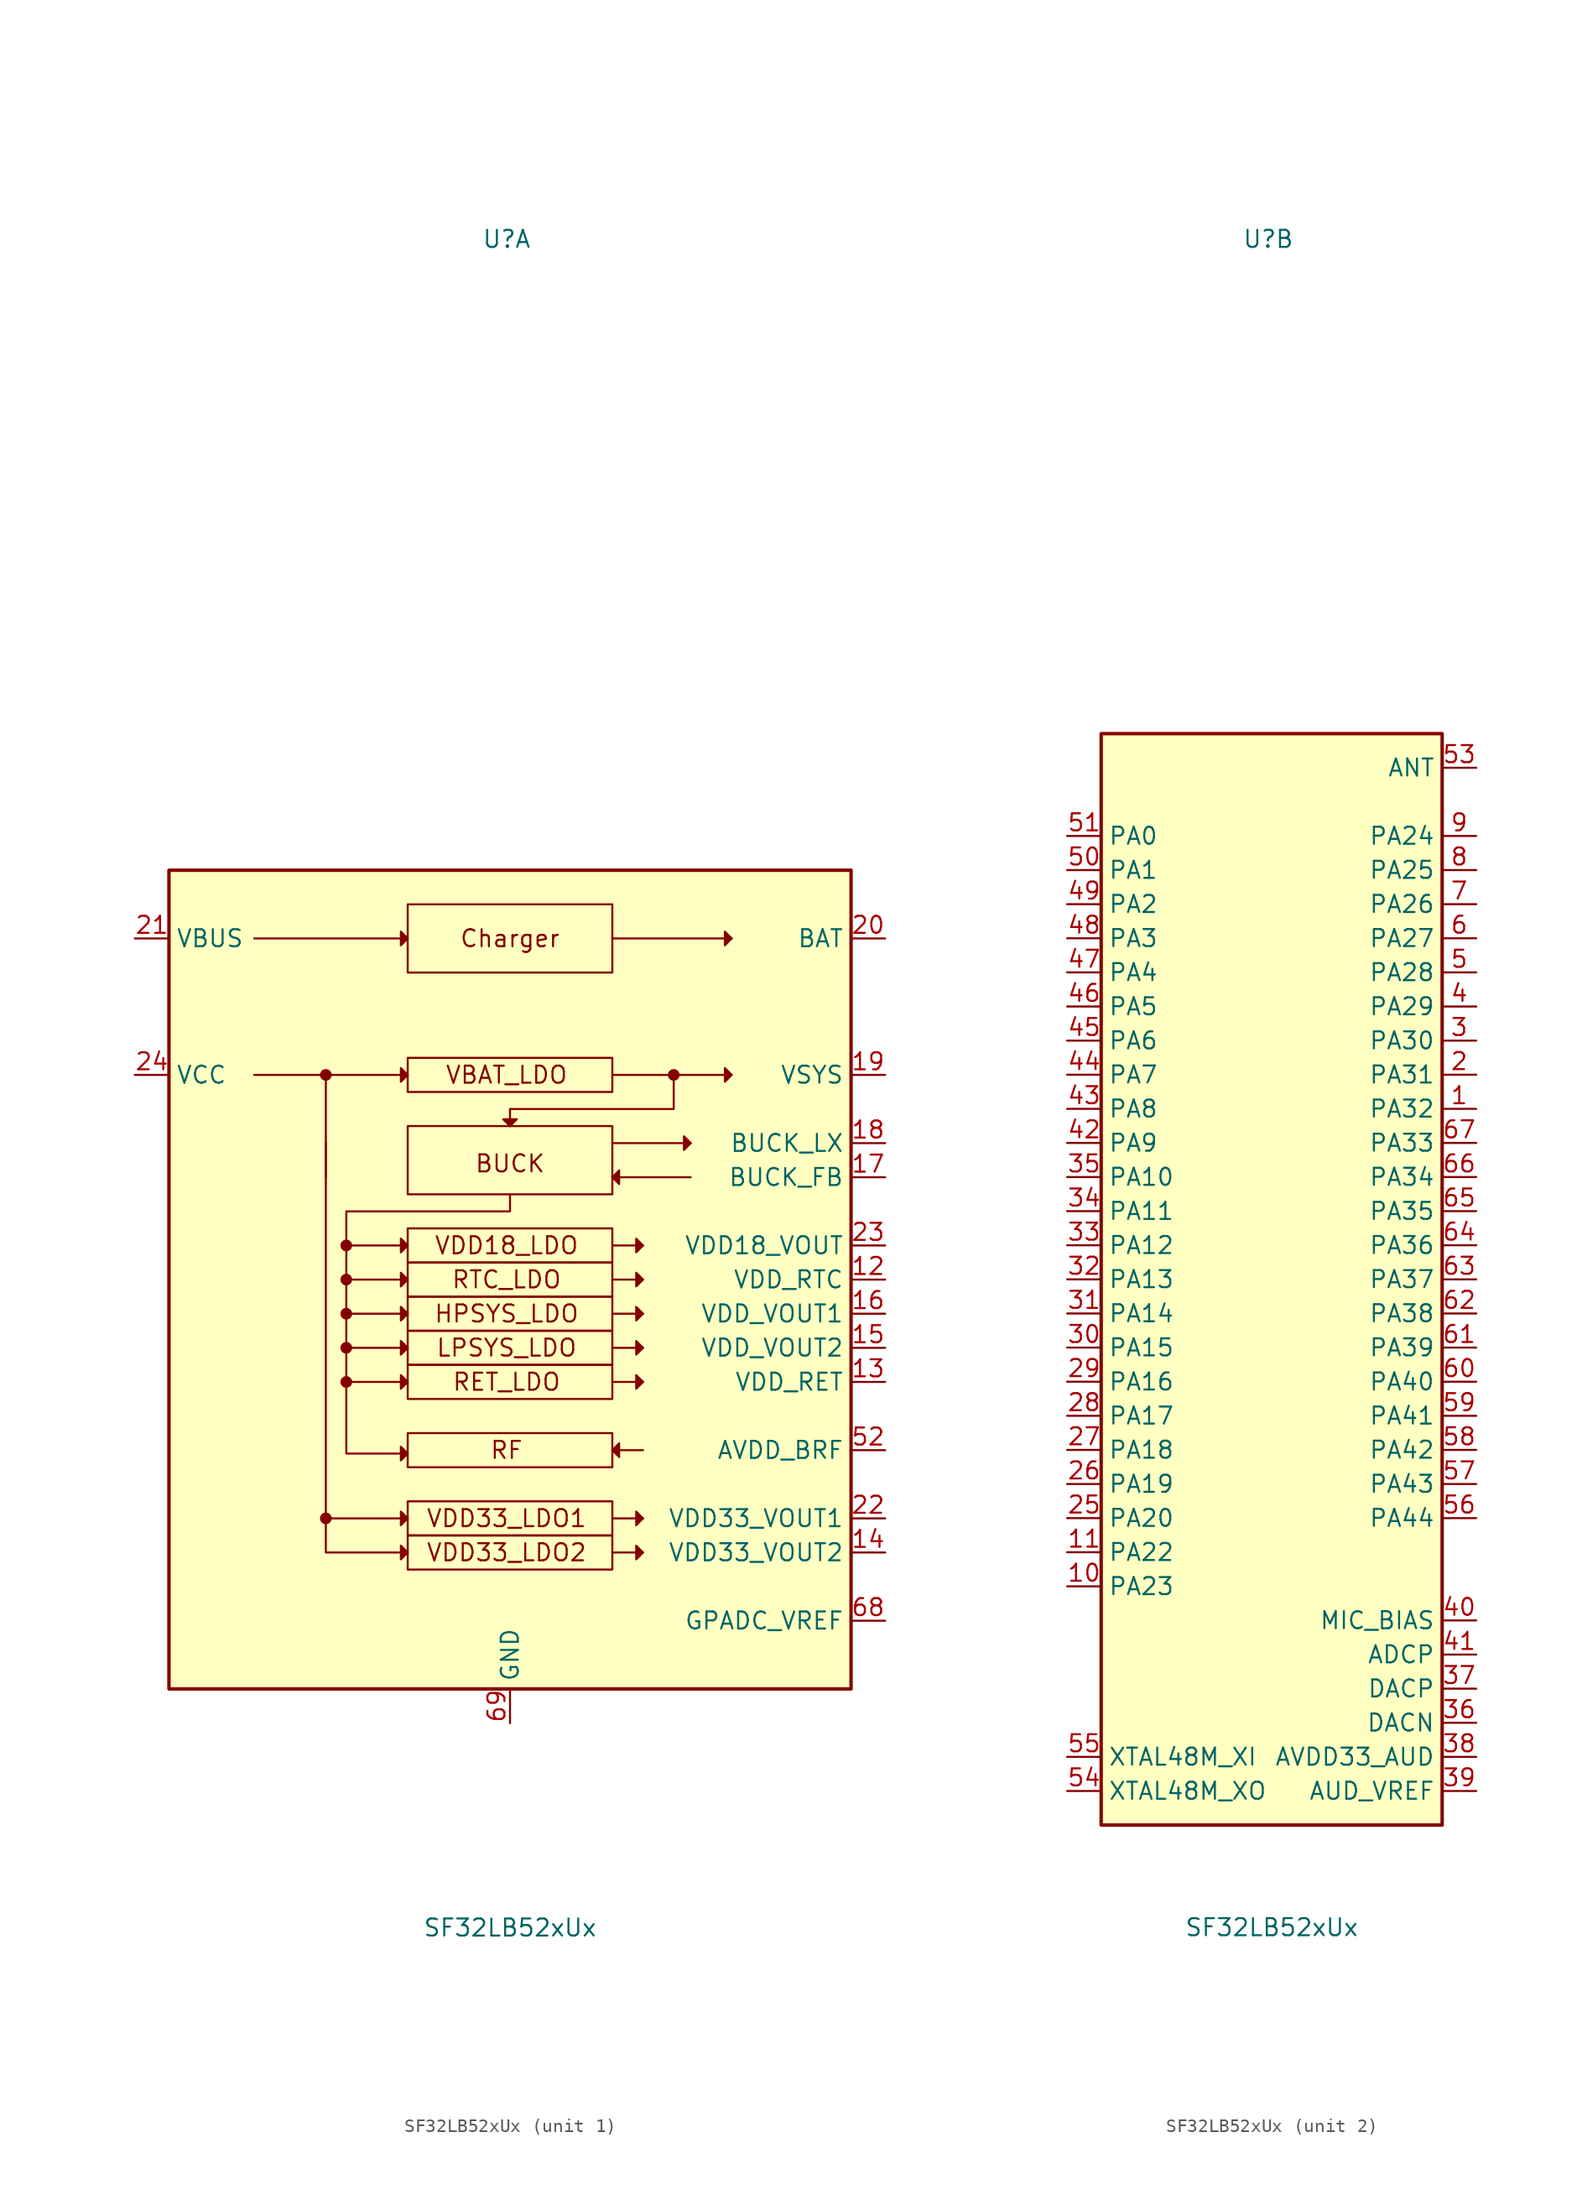
<source format=kicad_sym>
(kicad_symbol_lib
  (version 20241209)
  (generator "kicad_symbol_editor")
  (generator_version "9.0")
  (symbol "SF32LB52xUx"
    (property "Reference" "U"
      (at -0.254 77.47 0)
      (effects (font (size 1.27 1.27))))
    (property "Value" "SF32LB52xUx"
      (at 0 -48.26 0)
      (effects (font (size 1.27 1.27))))
    (property "ki_locked" ""
      (at 0 0 0)
      (effects (font (size 1.27 1.27))))
    (symbol "SF32LB52xUx_1_0"
      (pin power_in line (at -27.94 25.4 0) (length 2.54) (name "VBUS" (effects (font (size 1.27 1.27)))) (number "21" (effects (font (size 1.27 1.27)))))
      (pin power_in line (at -27.94 15.24 0) (length 2.54) (name "VCC" (effects (font (size 1.27 1.27)))) (number "24" (effects (font (size 1.27 1.27)))))
      (pin power_in line (at 0 -33.02 90) (length 2.54) (name "GND" (effects (font (size 1.27 1.27)))) (number "69" (effects (font (size 1.27 1.27)))))
      (pin bidirectional line (at 27.94 25.4 180) (length 2.54) (name "BAT" (effects (font (size 1.27 1.27)))) (number "20" (effects (font (size 1.27 1.27)))))
      (pin power_out line (at 27.94 15.24 180) (length 2.54) (name "VSYS" (effects (font (size 1.27 1.27)))) (number "19" (effects (font (size 1.27 1.27)))))
      (pin input line (at 27.94 10.16 180) (length 2.54) (name "BUCK_LX" (effects (font (size 1.27 1.27)))) (number "18" (effects (font (size 1.27 1.27)))))
      (pin power_out line (at 27.94 7.62 180) (length 2.54) (name "BUCK_FB" (effects (font (size 1.27 1.27)))) (number "17" (effects (font (size 1.27 1.27)))))
      (pin power_out line (at 27.94 2.54 180) (length 2.54) (name "VDD18_VOUT" (effects (font (size 1.27 1.27)))) (number "23" (effects (font (size 1.27 1.27)))))
      (pin power_out line (at 27.94 0 180) (length 2.54) (name "VDD_RTC" (effects (font (size 1.27 1.27)))) (number "12" (effects (font (size 1.27 1.27)))))
      (pin power_out line (at 27.94 -2.54 180) (length 2.54) (name "VDD_VOUT1" (effects (font (size 1.27 1.27)))) (number "16" (effects (font (size 1.27 1.27)))))
      (pin power_out line (at 27.94 -5.08 180) (length 2.54) (name "VDD_VOUT2" (effects (font (size 1.27 1.27)))) (number "15" (effects (font (size 1.27 1.27)))))
      (pin power_out line (at 27.94 -7.62 180) (length 2.54) (name "VDD_RET" (effects (font (size 1.27 1.27)))) (number "13" (effects (font (size 1.27 1.27)))))
      (pin power_in line (at 27.94 -12.7 180) (length 2.54) (name "AVDD_BRF" (effects (font (size 1.27 1.27)))) (number "52" (effects (font (size 1.27 1.27)))))
      (pin power_out line (at 27.94 -17.78 180) (length 2.54) (name "VDD33_VOUT1" (effects (font (size 1.27 1.27)))) (number "22" (effects (font (size 1.27 1.27)))))
      (pin power_out line (at 27.94 -20.32 180) (length 2.54) (name "VDD33_VOUT2" (effects (font (size 1.27 1.27)))) (number "14" (effects (font (size 1.27 1.27)))))
      (pin bidirectional line (at 27.94 -25.4 180) (length 2.54) (name "GPADC_VREF" (effects (font (size 1.27 1.27)))) (number "68" (effects (font (size 1.27 1.27))))))
    (symbol "SF32LB52xUx_1_1"
      (rectangle (start -25.4 30.48) (end 25.4 -30.48) (stroke (width 0.254) (type default)) (fill (type background)))
      (circle (center -13.716 15.24) (radius 0.359) (stroke (width 0) (type default)) (fill (type outline)))
      (polyline (pts (xy -13.716 7.62) (xy -13.716 15.24)) (stroke (width 0) (type default)) (fill (type none)))
      (circle (center -13.716 -17.78) (radius 0.359) (stroke (width 0) (type default)) (fill (type outline)))
      (polyline (pts (xy -13.716 -17.78) (xy -13.716 -20.32) (xy -7.62 -20.32)) (stroke (width 0) (type default)) (fill (type none)))
      (circle (center -12.192 2.54) (radius 0.359) (stroke (width 0) (type default)) (fill (type outline)))
      (circle (center -12.192 0) (radius 0.359) (stroke (width 0) (type default)) (fill (type outline)))
      (circle (center -12.192 -2.54) (radius 0.359) (stroke (width 0) (type default)) (fill (type outline)))
      (circle (center -12.192 -5.08) (radius 0.359) (stroke (width 0) (type default)) (fill (type outline)))
      (circle (center -12.192 -7.62) (radius 0.359) (stroke (width 0) (type default)) (fill (type outline)))
      (rectangle (start -7.62 27.94) (end 7.62 22.86) (stroke (width 0) (type default)) (fill (type none)))
      (polyline (pts (xy -7.62 25.4) (xy -19.05 25.4)) (stroke (width 0) (type default)) (fill (type none)))
      (polyline (pts (xy -7.62 25.4) (xy -8.128 25.908) (xy -8.128 24.892) (xy -7.62 25.4)) (stroke (width 0) (type default)) (fill (type outline)))
      (rectangle (start -7.62 16.51) (end 7.62 13.97) (stroke (width 0) (type default)) (fill (type none)))
      (polyline (pts (xy -7.62 15.24) (xy -19.05 15.24)) (stroke (width 0) (type default)) (fill (type none)))
      (polyline (pts (xy -7.62 15.24) (xy -8.128 15.748) (xy -8.128 14.732) (xy -7.62 15.24)) (stroke (width 0) (type default)) (fill (type outline)))
      (rectangle (start -7.62 11.43) (end 7.62 6.35) (stroke (width 0) (type default)) (fill (type none)))
      (rectangle (start -7.62 3.81) (end 7.62 1.27) (stroke (width 0) (type default)) (fill (type none)))
      (polyline (pts (xy -7.62 2.54) (xy -12.192 2.54)) (stroke (width 0) (type default)) (fill (type none)))
      (polyline (pts (xy -7.62 2.54) (xy -8.128 3.048) (xy -8.128 2.032) (xy -7.62 2.54)) (stroke (width 0) (type default)) (fill (type outline)))
      (rectangle (start -7.62 1.27) (end 7.62 -1.27) (stroke (width 0) (type default)) (fill (type none)))
      (polyline (pts (xy -7.62 0) (xy -12.192 0)) (stroke (width 0) (type default)) (fill (type none)))
      (polyline (pts (xy -7.62 0) (xy -8.128 0.508) (xy -8.128 -0.508) (xy -7.62 0)) (stroke (width 0) (type default)) (fill (type outline)))
      (rectangle (start -7.62 -1.27) (end 7.62 -3.81) (stroke (width 0) (type default)) (fill (type none)))
      (polyline (pts (xy -7.62 -2.54) (xy -12.192 -2.54)) (stroke (width 0) (type default)) (fill (type none)))
      (polyline (pts (xy -7.62 -2.54) (xy -8.128 -2.032) (xy -8.128 -3.048) (xy -7.62 -2.54)) (stroke (width 0) (type default)) (fill (type outline)))
      (rectangle (start -7.62 -3.81) (end 7.62 -6.35) (stroke (width 0) (type default)) (fill (type none)))
      (polyline (pts (xy -7.62 -5.08) (xy -12.192 -5.08)) (stroke (width 0) (type default)) (fill (type none)))
      (polyline (pts (xy -7.62 -5.08) (xy -8.128 -4.572) (xy -8.128 -5.588) (xy -7.62 -5.08)) (stroke (width 0) (type default)) (fill (type outline)))
      (rectangle (start -7.62 -6.35) (end 7.62 -8.89) (stroke (width 0) (type default)) (fill (type none)))
      (polyline (pts (xy -7.62 -7.62) (xy -8.128 -7.112) (xy -8.128 -8.128) (xy -7.62 -7.62)) (stroke (width 0) (type default)) (fill (type outline)))
      (rectangle (start -7.62 -11.43) (end 7.62 -13.97) (stroke (width 0) (type default)) (fill (type none)))
      (polyline (pts (xy -7.62 -12.954) (xy -12.192 -12.954) (xy -12.192 -7.62)) (stroke (width 0) (type default)) (fill (type none)))
      (polyline (pts (xy -7.62 -12.954) (xy -8.128 -12.446) (xy -8.128 -13.462) (xy -7.62 -12.954)) (stroke (width 0) (type default)) (fill (type outline)))
      (rectangle (start -7.62 -16.51) (end 7.62 -19.05) (stroke (width 0) (type default)) (fill (type none)))
      (polyline (pts (xy -7.62 -17.78) (xy -13.716 -17.78) (xy -13.716 10.16)) (stroke (width 0) (type default)) (fill (type none)))
      (polyline (pts (xy -7.62 -17.78) (xy -8.128 -17.272) (xy -8.128 -18.288) (xy -7.62 -17.78)) (stroke (width 0) (type default)) (fill (type outline)))
      (rectangle (start -7.62 -19.05) (end 7.62 -21.59) (stroke (width 0) (type default)) (fill (type none)))
      (polyline (pts (xy -7.62 -20.32) (xy -8.128 -19.812) (xy -8.128 -20.828) (xy -7.62 -20.32)) (stroke (width 0) (type default)) (fill (type outline)))
      (polyline (pts (xy 0 11.43) (xy 0.508 11.938) (xy -0.508 11.938) (xy 0 11.43)) (stroke (width 0) (type default)) (fill (type outline)))
      (polyline (pts (xy 0 6.35) (xy 0 5.08) (xy -12.192 5.08) (xy -12.192 -7.62) (xy -7.62 -7.62)) (stroke (width 0) (type default)) (fill (type none)))
      (polyline (pts (xy 7.62 25.4) (xy 16.51 25.4)) (stroke (width 0) (type default)) (fill (type none)))
      (polyline (pts (xy 7.62 15.24) (xy 16.51 15.24)) (stroke (width 0) (type default)) (fill (type none)))
      (polyline (pts (xy 7.62 10.16) (xy 13.462 10.16)) (stroke (width 0) (type default)) (fill (type none)))
      (polyline (pts (xy 7.62 7.62) (xy 13.462 7.62)) (stroke (width 0) (type default)) (fill (type none)))
      (polyline (pts (xy 7.62 7.62) (xy 8.128 7.112) (xy 8.128 8.128) (xy 7.62 7.62)) (stroke (width 0) (type default)) (fill (type outline)))
      (polyline (pts (xy 7.62 2.54) (xy 9.906 2.54)) (stroke (width 0) (type default)) (fill (type none)))
      (polyline (pts (xy 7.62 0) (xy 9.906 0)) (stroke (width 0) (type default)) (fill (type none)))
      (polyline (pts (xy 7.62 -2.54) (xy 9.906 -2.54)) (stroke (width 0) (type default)) (fill (type none)))
      (polyline (pts (xy 7.62 -5.08) (xy 9.906 -5.08)) (stroke (width 0) (type default)) (fill (type none)))
      (polyline (pts (xy 7.62 -7.62) (xy 9.906 -7.62)) (stroke (width 0) (type default)) (fill (type none)))
      (polyline (pts (xy 7.62 -12.7) (xy 9.906 -12.7)) (stroke (width 0) (type default)) (fill (type none)))
      (polyline (pts (xy 7.62 -12.7) (xy 8.128 -13.208) (xy 8.128 -12.192) (xy 7.62 -12.7)) (stroke (width 0) (type default)) (fill (type outline)))
      (polyline (pts (xy 7.62 -17.78) (xy 9.906 -17.78)) (stroke (width 0) (type default)) (fill (type none)))
      (polyline (pts (xy 7.62 -20.32) (xy 9.906 -20.32)) (stroke (width 0) (type default)) (fill (type none)))
      (polyline (pts (xy 9.906 2.54) (xy 9.398 3.048) (xy 9.398 2.032) (xy 9.906 2.54)) (stroke (width 0) (type default)) (fill (type outline)))
      (polyline (pts (xy 9.906 0) (xy 9.398 0.508) (xy 9.398 -0.508) (xy 9.906 0)) (stroke (width 0) (type default)) (fill (type outline)))
      (polyline (pts (xy 9.906 -2.54) (xy 9.398 -2.032) (xy 9.398 -3.048) (xy 9.906 -2.54)) (stroke (width 0) (type default)) (fill (type outline)))
      (polyline (pts (xy 9.906 -5.08) (xy 9.398 -4.572) (xy 9.398 -5.588) (xy 9.906 -5.08)) (stroke (width 0) (type default)) (fill (type outline)))
      (polyline (pts (xy 9.906 -7.62) (xy 9.398 -7.112) (xy 9.398 -8.128) (xy 9.906 -7.62)) (stroke (width 0) (type default)) (fill (type outline)))
      (polyline (pts (xy 9.906 -17.78) (xy 9.398 -17.272) (xy 9.398 -18.288) (xy 9.906 -17.78)) (stroke (width 0) (type default)) (fill (type outline)))
      (polyline (pts (xy 9.906 -20.32) (xy 9.398 -19.812) (xy 9.398 -20.828) (xy 9.906 -20.32)) (stroke (width 0) (type default)) (fill (type outline)))
      (polyline (pts (xy 12.192 15.24) (xy 12.192 12.7) (xy 0 12.7) (xy 0 11.43)) (stroke (width 0) (type default)) (fill (type none)))
      (circle (center 12.192 15.24) (radius 0.359) (stroke (width 0) (type default)) (fill (type outline)))
      (polyline (pts (xy 13.462 10.16) (xy 12.954 10.668) (xy 12.954 9.652) (xy 13.462 10.16)) (stroke (width 0) (type default)) (fill (type outline)))
      (polyline (pts (xy 16.51 25.4) (xy 16.002 25.908) (xy 16.002 24.892) (xy 16.51 25.4)) (stroke (width 0) (type default)) (fill (type outline)))
      (polyline (pts (xy 16.51 15.24) (xy 16.002 15.748) (xy 16.002 14.732) (xy 16.51 15.24)) (stroke (width 0) (type default)) (fill (type outline)))
      (text "VBAT_LDO" (at -0.254 15.24 0) (effects (font (size 1.27 1.27))))
      (text "VDD18_LDO" (at -0.254 2.54 0) (effects (font (size 1.27 1.27))))
      (text "RTC_LDO" (at -0.254 0 0) (effects (font (size 1.27 1.27))))
      (text "HPSYS_LDO" (at -0.254 -2.54 0) (effects (font (size 1.27 1.27))))
      (text "LPSYS_LDO" (at -0.254 -5.08 0) (effects (font (size 1.27 1.27))))
      (text "RET_LDO" (at -0.254 -7.62 0) (effects (font (size 1.27 1.27))))
      (text "RF" (at -0.254 -12.7 0) (effects (font (size 1.27 1.27))))
      (text "VDD33_LDO1" (at -0.254 -17.78 0) (effects (font (size 1.27 1.27))))
      (text "VDD33_LDO2" (at -0.254 -20.32 0) (effects (font (size 1.27 1.27))))
      (text "Charger" (at 0 25.4 0) (effects (font (size 1.27 1.27))))
      (text "BUCK" (at 0 8.636 0) (effects (font (size 1.27 1.27)))))
    (symbol "SF32LB52xUx_2_0"
      (pin bidirectional line (at -15.24 33.02 0) (length 2.54) (name "PA0" (effects (font (size 1.27 1.27)))) (number "51" (effects (font (size 1.27 1.27)))))
      (pin bidirectional line (at -15.24 30.48 0) (length 2.54) (name "PA1" (effects (font (size 1.27 1.27)))) (number "50" (effects (font (size 1.27 1.27)))))
      (pin bidirectional line (at -15.24 27.94 0) (length 2.54) (name "PA2" (effects (font (size 1.27 1.27)))) (number "49" (effects (font (size 1.27 1.27)))))
      (pin bidirectional line (at -15.24 25.4 0) (length 2.54) (name "PA3" (effects (font (size 1.27 1.27)))) (number "48" (effects (font (size 1.27 1.27)))))
      (pin bidirectional line (at -15.24 22.86 0) (length 2.54) (name "PA4" (effects (font (size 1.27 1.27)))) (number "47" (effects (font (size 1.27 1.27)))))
      (pin bidirectional line (at -15.24 20.32 0) (length 2.54) (name "PA5" (effects (font (size 1.27 1.27)))) (number "46" (effects (font (size 1.27 1.27)))))
      (pin bidirectional line (at -15.24 17.78 0) (length 2.54) (name "PA6" (effects (font (size 1.27 1.27)))) (number "45" (effects (font (size 1.27 1.27)))))
      (pin bidirectional line (at -15.24 15.24 0) (length 2.54) (name "PA7" (effects (font (size 1.27 1.27)))) (number "44" (effects (font (size 1.27 1.27)))))
      (pin bidirectional line (at -15.24 12.7 0) (length 2.54) (name "PA8" (effects (font (size 1.27 1.27)))) (number "43" (effects (font (size 1.27 1.27)))))
      (pin bidirectional line (at -15.24 10.16 0) (length 2.54) (name "PA9" (effects (font (size 1.27 1.27)))) (number "42" (effects (font (size 1.27 1.27)))))
      (pin bidirectional line (at -15.24 7.62 0) (length 2.54) (name "PA10" (effects (font (size 1.27 1.27)))) (number "35" (effects (font (size 1.27 1.27)))))
      (pin bidirectional line (at -15.24 5.08 0) (length 2.54) (name "PA11" (effects (font (size 1.27 1.27)))) (number "34" (effects (font (size 1.27 1.27)))))
      (pin bidirectional line (at -15.24 2.54 0) (length 2.54) (name "PA12" (effects (font (size 1.27 1.27)))) (number "33" (effects (font (size 1.27 1.27)))))
      (pin bidirectional line (at -15.24 0 0) (length 2.54) (name "PA13" (effects (font (size 1.27 1.27)))) (number "32" (effects (font (size 1.27 1.27)))))
      (pin bidirectional line (at -15.24 -2.54 0) (length 2.54) (name "PA14" (effects (font (size 1.27 1.27)))) (number "31" (effects (font (size 1.27 1.27)))))
      (pin bidirectional line (at -15.24 -5.08 0) (length 2.54) (name "PA15" (effects (font (size 1.27 1.27)))) (number "30" (effects (font (size 1.27 1.27)))))
      (pin bidirectional line (at -15.24 -7.62 0) (length 2.54) (name "PA16" (effects (font (size 1.27 1.27)))) (number "29" (effects (font (size 1.27 1.27)))))
      (pin bidirectional line (at -15.24 -10.16 0) (length 2.54) (name "PA17" (effects (font (size 1.27 1.27)))) (number "28" (effects (font (size 1.27 1.27)))))
      (pin bidirectional line (at -15.24 -12.7 0) (length 2.54) (name "PA18" (effects (font (size 1.27 1.27)))) (number "27" (effects (font (size 1.27 1.27)))))
      (pin bidirectional line (at -15.24 -15.24 0) (length 2.54) (name "PA19" (effects (font (size 1.27 1.27)))) (number "26" (effects (font (size 1.27 1.27)))))
      (pin bidirectional line (at -15.24 -17.78 0) (length 2.54) (name "PA20" (effects (font (size 1.27 1.27)))) (number "25" (effects (font (size 1.27 1.27)))))
      (pin bidirectional line (at -15.24 -20.32 0) (length 2.54) (name "PA22" (effects (font (size 1.27 1.27)))) (number "11" (effects (font (size 1.27 1.27)))))
      (pin bidirectional line (at -15.24 -22.86 0) (length 2.54) (name "PA23" (effects (font (size 1.27 1.27)))) (number "10" (effects (font (size 1.27 1.27)))))
      (pin unspecified line (at -15.24 -35.56 0) (length 2.54) (name "XTAL48M_XI" (effects (font (size 1.27 1.27)))) (number "55" (effects (font (size 1.27 1.27)))))
      (pin unspecified line (at -15.24 -38.1 0) (length 2.54) (name "XTAL48M_XO" (effects (font (size 1.27 1.27)))) (number "54" (effects (font (size 1.27 1.27)))))
      (pin bidirectional line (at 15.24 38.1 180) (length 2.54) (name "ANT" (effects (font (size 1.27 1.27)))) (number "53" (effects (font (size 1.27 1.27)))))
      (pin bidirectional line (at 15.24 33.02 180) (length 2.54) (name "PA24" (effects (font (size 1.27 1.27)))) (number "9" (effects (font (size 1.27 1.27)))))
      (pin bidirectional line (at 15.24 30.48 180) (length 2.54) (name "PA25" (effects (font (size 1.27 1.27)))) (number "8" (effects (font (size 1.27 1.27)))))
      (pin bidirectional line (at 15.24 27.94 180) (length 2.54) (name "PA26" (effects (font (size 1.27 1.27)))) (number "7" (effects (font (size 1.27 1.27)))))
      (pin bidirectional line (at 15.24 25.4 180) (length 2.54) (name "PA27" (effects (font (size 1.27 1.27)))) (number "6" (effects (font (size 1.27 1.27)))))
      (pin bidirectional line (at 15.24 22.86 180) (length 2.54) (name "PA28" (effects (font (size 1.27 1.27)))) (number "5" (effects (font (size 1.27 1.27)))))
      (pin bidirectional line (at 15.24 20.32 180) (length 2.54) (name "PA29" (effects (font (size 1.27 1.27)))) (number "4" (effects (font (size 1.27 1.27)))))
      (pin bidirectional line (at 15.24 17.78 180) (length 2.54) (name "PA30" (effects (font (size 1.27 1.27)))) (number "3" (effects (font (size 1.27 1.27)))))
      (pin bidirectional line (at 15.24 15.24 180) (length 2.54) (name "PA31" (effects (font (size 1.27 1.27)))) (number "2" (effects (font (size 1.27 1.27)))))
      (pin bidirectional line (at 15.24 12.7 180) (length 2.54) (name "PA32" (effects (font (size 1.27 1.27)))) (number "1" (effects (font (size 1.27 1.27)))))
      (pin bidirectional line (at 15.24 10.16 180) (length 2.54) (name "PA33" (effects (font (size 1.27 1.27)))) (number "67" (effects (font (size 1.27 1.27)))))
      (pin bidirectional line (at 15.24 7.62 180) (length 2.54) (name "PA34" (effects (font (size 1.27 1.27)))) (number "66" (effects (font (size 1.27 1.27)))))
      (pin bidirectional line (at 15.24 5.08 180) (length 2.54) (name "PA35" (effects (font (size 1.27 1.27)))) (number "65" (effects (font (size 1.27 1.27)))))
      (pin bidirectional line (at 15.24 2.54 180) (length 2.54) (name "PA36" (effects (font (size 1.27 1.27)))) (number "64" (effects (font (size 1.27 1.27)))))
      (pin bidirectional line (at 15.24 0 180) (length 2.54) (name "PA37" (effects (font (size 1.27 1.27)))) (number "63" (effects (font (size 1.27 1.27)))))
      (pin bidirectional line (at 15.24 -2.54 180) (length 2.54) (name "PA38" (effects (font (size 1.27 1.27)))) (number "62" (effects (font (size 1.27 1.27)))))
      (pin bidirectional line (at 15.24 -5.08 180) (length 2.54) (name "PA39" (effects (font (size 1.27 1.27)))) (number "61" (effects (font (size 1.27 1.27)))))
      (pin bidirectional line (at 15.24 -7.62 180) (length 2.54) (name "PA40" (effects (font (size 1.27 1.27)))) (number "60" (effects (font (size 1.27 1.27)))))
      (pin bidirectional line (at 15.24 -10.16 180) (length 2.54) (name "PA41" (effects (font (size 1.27 1.27)))) (number "59" (effects (font (size 1.27 1.27)))))
      (pin bidirectional line (at 15.24 -12.7 180) (length 2.54) (name "PA42" (effects (font (size 1.27 1.27)))) (number "58" (effects (font (size 1.27 1.27)))))
      (pin bidirectional line (at 15.24 -15.24 180) (length 2.54) (name "PA43" (effects (font (size 1.27 1.27)))) (number "57" (effects (font (size 1.27 1.27)))))
      (pin bidirectional line (at 15.24 -17.78 180) (length 2.54) (name "PA44" (effects (font (size 1.27 1.27)))) (number "56" (effects (font (size 1.27 1.27)))))
      (pin power_out line (at 15.24 -25.4 180) (length 2.54) (name "MIC_BIAS" (effects (font (size 1.27 1.27)))) (number "40" (effects (font (size 1.27 1.27)))))
      (pin input line (at 15.24 -27.94 180) (length 2.54) (name "ADCP" (effects (font (size 1.27 1.27)))) (number "41" (effects (font (size 1.27 1.27)))))
      (pin output line (at 15.24 -30.48 180) (length 2.54) (name "DACP" (effects (font (size 1.27 1.27)))) (number "37" (effects (font (size 1.27 1.27)))))
      (pin output line (at 15.24 -33.02 180) (length 2.54) (name "DACN" (effects (font (size 1.27 1.27)))) (number "36" (effects (font (size 1.27 1.27)))))
      (pin power_in line (at 15.24 -35.56 180) (length 2.54) (name "AVDD33_AUD" (effects (font (size 1.27 1.27)))) (number "38" (effects (font (size 1.27 1.27)))))
      (pin power_in line (at 15.24 -38.1 180) (length 2.54) (name "AUD_VREF" (effects (font (size 1.27 1.27)))) (number "39" (effects (font (size 1.27 1.27))))))
    (symbol "SF32LB52xUx_2_1"
      (rectangle (start -12.7 40.64) (end 12.7 -40.64) (stroke (width 0.254) (type default)) (fill (type background))))))
</source>
